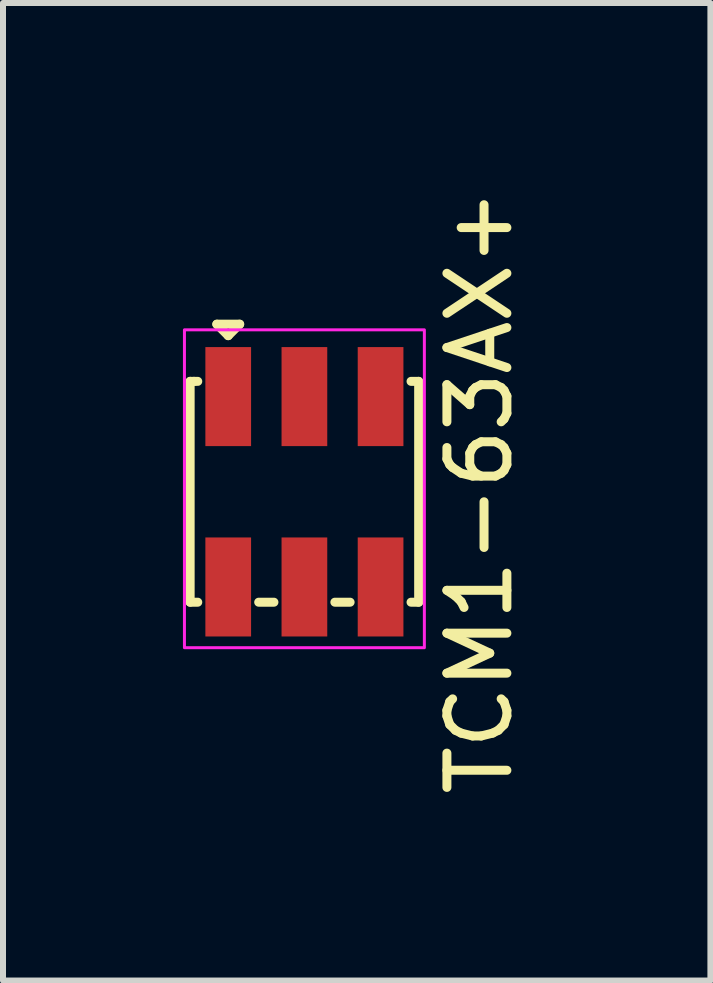
<source format=kicad_pcb>
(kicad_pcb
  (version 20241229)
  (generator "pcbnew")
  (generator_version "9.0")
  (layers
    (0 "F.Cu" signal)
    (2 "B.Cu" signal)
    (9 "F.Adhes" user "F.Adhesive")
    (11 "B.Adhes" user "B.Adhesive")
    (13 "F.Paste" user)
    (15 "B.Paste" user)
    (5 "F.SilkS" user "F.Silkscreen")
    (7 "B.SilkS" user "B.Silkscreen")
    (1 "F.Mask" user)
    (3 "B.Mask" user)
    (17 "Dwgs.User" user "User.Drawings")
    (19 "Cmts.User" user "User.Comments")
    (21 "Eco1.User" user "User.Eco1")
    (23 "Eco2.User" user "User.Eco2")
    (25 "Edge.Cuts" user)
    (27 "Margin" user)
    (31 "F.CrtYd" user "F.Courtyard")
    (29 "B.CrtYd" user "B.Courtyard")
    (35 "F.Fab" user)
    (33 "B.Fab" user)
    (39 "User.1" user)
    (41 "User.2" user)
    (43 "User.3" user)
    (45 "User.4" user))
  (footprint "TCM1-63AX+"
    (layer "F.Cu")
    (at 2.025 5.149)
    (property "Reference" "TCM1-63AX+" (at 2.921 0 90) (layer "F.SilkS") (effects (font (size 1 1) (thickness 0.15))))
    (attr through_hole)
    (fp_line (start -1.905 -1.841) (end -1.905 1.841) (stroke (width 0.15) (type solid)) (layer "F.SilkS"))
    (fp_line (start -1.905 1.841) (end -1.778 1.841) (stroke (width 0.15) (type solid)) (layer "F.SilkS"))
    (fp_line (start -1.841 -1.841) (end -1.905 -1.841) (stroke (width 0.15) (type solid)) (layer "F.SilkS"))
    (fp_line (start -1.841 -1.841) (end -1.778 -1.841) (stroke (width 0.15) (type solid)) (layer "F.SilkS"))
    (fp_line (start -1.46 -2.794) (end -1.079 -2.794) (stroke (width 0.15) (type solid)) (layer "F.SilkS"))
    (fp_line (start -1.27 -2.603) (end -1.46 -2.794) (stroke (width 0.15) (type solid)) (layer "F.SilkS"))
    (fp_line (start -1.27 -2.603) (end -1.079 -2.794) (stroke (width 0.15) (type solid)) (layer "F.SilkS"))
    (fp_line (start -0.762 1.841) (end -0.508 1.841) (stroke (width 0.15) (type solid)) (layer "F.SilkS"))
    (fp_line (start 0.508 1.841) (end 0.762 1.841) (stroke (width 0.15) (type solid)) (layer "F.SilkS"))
    (fp_line (start 1.778 1.841) (end 1.905 1.841) (stroke (width 0.15) (type solid)) (layer "F.SilkS"))
    (fp_line (start 1.905 -1.841) (end 1.778 -1.841) (stroke (width 0.15) (type solid)) (layer "F.SilkS"))
    (fp_line (start 1.905 1.841) (end 1.905 -1.841) (stroke (width 0.15) (type solid)) (layer "F.SilkS"))
    (fp_rect (start -2 -2.7) (end 2 2.6) (stroke (width 0.05) (type solid)) (fill no) (layer "F.CrtYd"))
    (pad "1" smd rect (at -1.27 -1.587) (size 0.762 1.651) (layers "F.Cu" "F.Mask" "F.Paste"))
    (pad "2" smd rect (at 0 -1.587) (size 0.762 1.651) (layers "F.Cu" "F.Mask" "F.Paste"))
    (pad "3" smd rect (at 1.27 -1.587) (size 0.762 1.651) (layers "F.Cu" "F.Mask" "F.Paste"))
    (pad "4" smd rect (at 1.27 1.587) (size 0.762 1.651) (layers "F.Cu" "F.Mask" "F.Paste"))
    (pad "5" smd rect (at 0 1.587) (size 0.762 1.651) (layers "F.Cu" "F.Mask" "F.Paste"))
    (pad "6" smd rect (at -1.27 1.587) (size 0.762 1.651) (layers "F.Cu" "F.Mask" "F.Paste")))
  (gr_rect
    (start -3 -3)
    (end 8.794 13.298)
    (stroke (width 0.1) (type default))
    (fill no)
    (layer "Edge.Cuts")))
</source>
